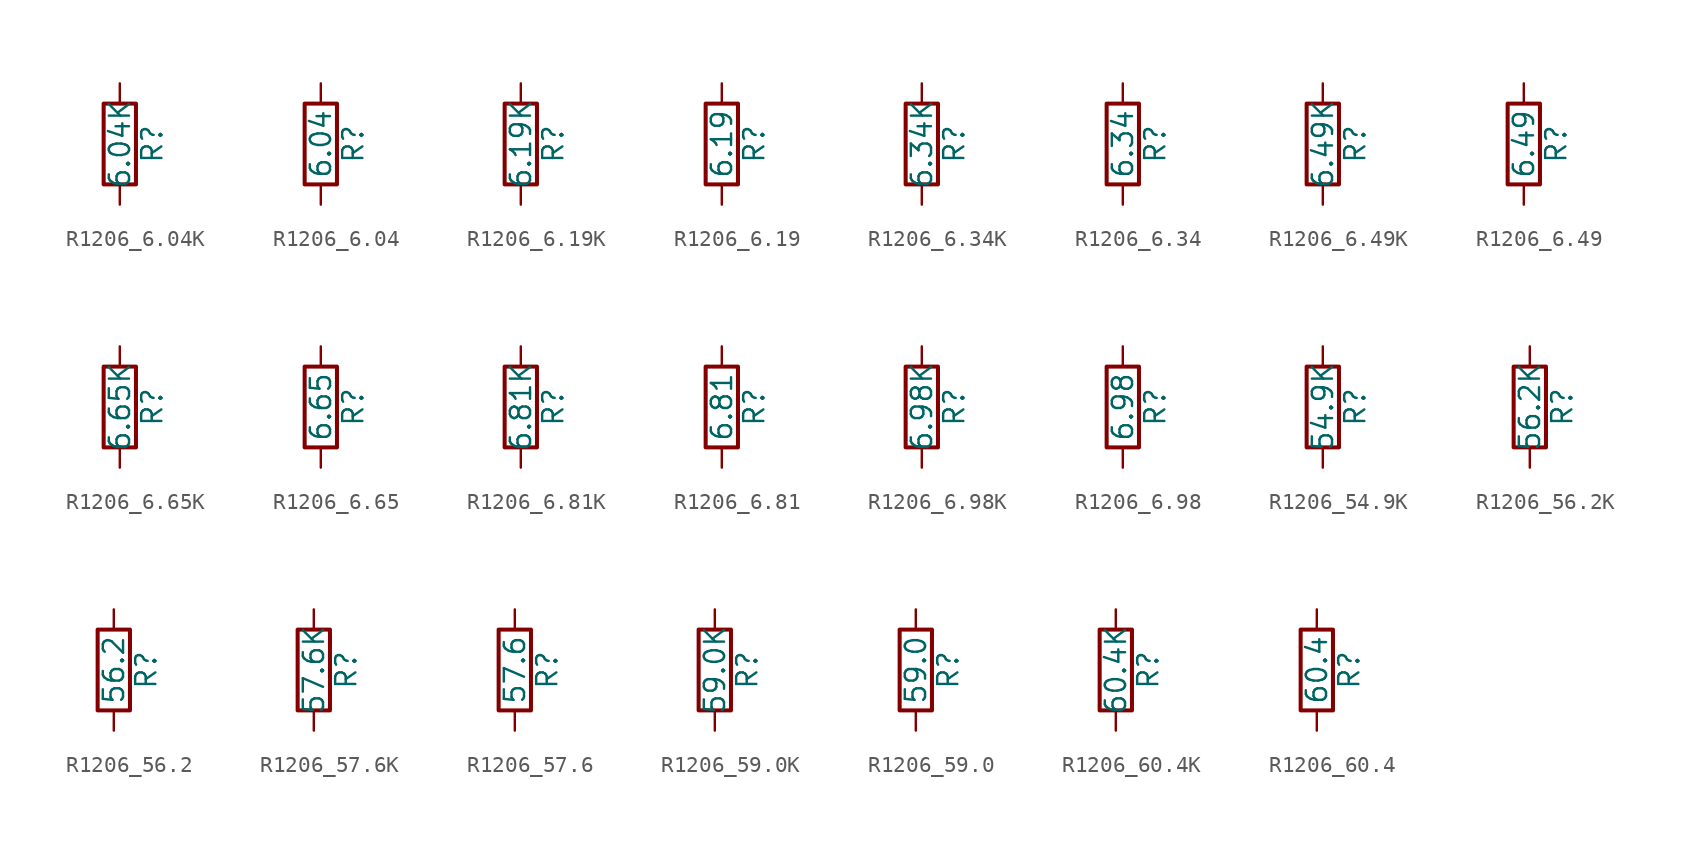
<source format=kicad_sym>
(kicad_symbol_lib
  (version 20211014)
  (generator atlantix-eda)
  (symbol "R1206_6.04K"
    (pin_numbers hide)
    (pin_names
      (offset 0))
    (property "Reference" "R"
      (at 2.032 0 90)
      (effects (font (size 1.27 1.27))))
    (property "Value" "6.04K"
      (at 0 0 90)
      (effects (font (size 1.27 1.27))))
    (symbol "R1206_6.04K_0_1"
      (rectangle (start -1.016 -2.54) (end 1.016 2.54) (stroke (width 0.254) (type default) (color 0 0 0 0)) (fill (type none))))
    (symbol "R1206_6.04K_1_1"
      (pin passive line (at 0 3.81 270) (length 1.27) (name "~" (effects (font (size 1.27 1.27)))) (number "1" (effects (font (size 1.27 1.27)))))
      (pin passive line (at 0 -3.81 90) (length 1.27) (name "~" (effects (font (size 1.27 1.27)))) (number "2" (effects (font (size 1.27 1.27)))))))
  (symbol "R1206_6.04"
    (pin_numbers hide)
    (pin_names
      (offset 0))
    (property "Reference" "R"
      (at 2.032 0 90)
      (effects (font (size 1.27 1.27))))
    (property "Value" "6.04"
      (at 0 0 90)
      (effects (font (size 1.27 1.27))))
    (symbol "R1206_6.04_0_1"
      (rectangle (start -1.016 -2.54) (end 1.016 2.54) (stroke (width 0.254) (type default) (color 0 0 0 0)) (fill (type none))))
    (symbol "R1206_6.04_1_1"
      (pin passive line (at 0 3.81 270) (length 1.27) (name "~" (effects (font (size 1.27 1.27)))) (number "1" (effects (font (size 1.27 1.27)))))
      (pin passive line (at 0 -3.81 90) (length 1.27) (name "~" (effects (font (size 1.27 1.27)))) (number "2" (effects (font (size 1.27 1.27)))))))
  (symbol "R1206_6.19K"
    (pin_numbers hide)
    (pin_names
      (offset 0))
    (property "Reference" "R"
      (at 2.032 0 90)
      (effects (font (size 1.27 1.27))))
    (property "Value" "6.19K"
      (at 0 0 90)
      (effects (font (size 1.27 1.27))))
    (symbol "R1206_6.19K_0_1"
      (rectangle (start -1.016 -2.54) (end 1.016 2.54) (stroke (width 0.254) (type default) (color 0 0 0 0)) (fill (type none))))
    (symbol "R1206_6.19K_1_1"
      (pin passive line (at 0 3.81 270) (length 1.27) (name "~" (effects (font (size 1.27 1.27)))) (number "1" (effects (font (size 1.27 1.27)))))
      (pin passive line (at 0 -3.81 90) (length 1.27) (name "~" (effects (font (size 1.27 1.27)))) (number "2" (effects (font (size 1.27 1.27)))))))
  (symbol "R1206_6.19"
    (pin_numbers hide)
    (pin_names
      (offset 0))
    (property "Reference" "R"
      (at 2.032 0 90)
      (effects (font (size 1.27 1.27))))
    (property "Value" "6.19"
      (at 0 0 90)
      (effects (font (size 1.27 1.27))))
    (symbol "R1206_6.19_0_1"
      (rectangle (start -1.016 -2.54) (end 1.016 2.54) (stroke (width 0.254) (type default) (color 0 0 0 0)) (fill (type none))))
    (symbol "R1206_6.19_1_1"
      (pin passive line (at 0 3.81 270) (length 1.27) (name "~" (effects (font (size 1.27 1.27)))) (number "1" (effects (font (size 1.27 1.27)))))
      (pin passive line (at 0 -3.81 90) (length 1.27) (name "~" (effects (font (size 1.27 1.27)))) (number "2" (effects (font (size 1.27 1.27)))))))
  (symbol "R1206_6.34K"
    (pin_numbers hide)
    (pin_names
      (offset 0))
    (property "Reference" "R"
      (at 2.032 0 90)
      (effects (font (size 1.27 1.27))))
    (property "Value" "6.34K"
      (at 0 0 90)
      (effects (font (size 1.27 1.27))))
    (symbol "R1206_6.34K_0_1"
      (rectangle (start -1.016 -2.54) (end 1.016 2.54) (stroke (width 0.254) (type default) (color 0 0 0 0)) (fill (type none))))
    (symbol "R1206_6.34K_1_1"
      (pin passive line (at 0 3.81 270) (length 1.27) (name "~" (effects (font (size 1.27 1.27)))) (number "1" (effects (font (size 1.27 1.27)))))
      (pin passive line (at 0 -3.81 90) (length 1.27) (name "~" (effects (font (size 1.27 1.27)))) (number "2" (effects (font (size 1.27 1.27)))))))
  (symbol "R1206_6.34"
    (pin_numbers hide)
    (pin_names
      (offset 0))
    (property "Reference" "R"
      (at 2.032 0 90)
      (effects (font (size 1.27 1.27))))
    (property "Value" "6.34"
      (at 0 0 90)
      (effects (font (size 1.27 1.27))))
    (symbol "R1206_6.34_0_1"
      (rectangle (start -1.016 -2.54) (end 1.016 2.54) (stroke (width 0.254) (type default) (color 0 0 0 0)) (fill (type none))))
    (symbol "R1206_6.34_1_1"
      (pin passive line (at 0 3.81 270) (length 1.27) (name "~" (effects (font (size 1.27 1.27)))) (number "1" (effects (font (size 1.27 1.27)))))
      (pin passive line (at 0 -3.81 90) (length 1.27) (name "~" (effects (font (size 1.27 1.27)))) (number "2" (effects (font (size 1.27 1.27)))))))
  (symbol "R1206_6.49K"
    (pin_numbers hide)
    (pin_names
      (offset 0))
    (property "Reference" "R"
      (at 2.032 0 90)
      (effects (font (size 1.27 1.27))))
    (property "Value" "6.49K"
      (at 0 0 90)
      (effects (font (size 1.27 1.27))))
    (symbol "R1206_6.49K_0_1"
      (rectangle (start -1.016 -2.54) (end 1.016 2.54) (stroke (width 0.254) (type default) (color 0 0 0 0)) (fill (type none))))
    (symbol "R1206_6.49K_1_1"
      (pin passive line (at 0 3.81 270) (length 1.27) (name "~" (effects (font (size 1.27 1.27)))) (number "1" (effects (font (size 1.27 1.27)))))
      (pin passive line (at 0 -3.81 90) (length 1.27) (name "~" (effects (font (size 1.27 1.27)))) (number "2" (effects (font (size 1.27 1.27)))))))
  (symbol "R1206_6.49"
    (pin_numbers hide)
    (pin_names
      (offset 0))
    (property "Reference" "R"
      (at 2.032 0 90)
      (effects (font (size 1.27 1.27))))
    (property "Value" "6.49"
      (at 0 0 90)
      (effects (font (size 1.27 1.27))))
    (symbol "R1206_6.49_0_1"
      (rectangle (start -1.016 -2.54) (end 1.016 2.54) (stroke (width 0.254) (type default) (color 0 0 0 0)) (fill (type none))))
    (symbol "R1206_6.49_1_1"
      (pin passive line (at 0 3.81 270) (length 1.27) (name "~" (effects (font (size 1.27 1.27)))) (number "1" (effects (font (size 1.27 1.27)))))
      (pin passive line (at 0 -3.81 90) (length 1.27) (name "~" (effects (font (size 1.27 1.27)))) (number "2" (effects (font (size 1.27 1.27)))))))
  (symbol "R1206_6.65K"
    (pin_numbers hide)
    (pin_names
      (offset 0))
    (property "Reference" "R"
      (at 2.032 0 90)
      (effects (font (size 1.27 1.27))))
    (property "Value" "6.65K"
      (at 0 0 90)
      (effects (font (size 1.27 1.27))))
    (symbol "R1206_6.65K_0_1"
      (rectangle (start -1.016 -2.54) (end 1.016 2.54) (stroke (width 0.254) (type default) (color 0 0 0 0)) (fill (type none))))
    (symbol "R1206_6.65K_1_1"
      (pin passive line (at 0 3.81 270) (length 1.27) (name "~" (effects (font (size 1.27 1.27)))) (number "1" (effects (font (size 1.27 1.27)))))
      (pin passive line (at 0 -3.81 90) (length 1.27) (name "~" (effects (font (size 1.27 1.27)))) (number "2" (effects (font (size 1.27 1.27)))))))
  (symbol "R1206_6.65"
    (pin_numbers hide)
    (pin_names
      (offset 0))
    (property "Reference" "R"
      (at 2.032 0 90)
      (effects (font (size 1.27 1.27))))
    (property "Value" "6.65"
      (at 0 0 90)
      (effects (font (size 1.27 1.27))))
    (symbol "R1206_6.65_0_1"
      (rectangle (start -1.016 -2.54) (end 1.016 2.54) (stroke (width 0.254) (type default) (color 0 0 0 0)) (fill (type none))))
    (symbol "R1206_6.65_1_1"
      (pin passive line (at 0 3.81 270) (length 1.27) (name "~" (effects (font (size 1.27 1.27)))) (number "1" (effects (font (size 1.27 1.27)))))
      (pin passive line (at 0 -3.81 90) (length 1.27) (name "~" (effects (font (size 1.27 1.27)))) (number "2" (effects (font (size 1.27 1.27)))))))
  (symbol "R1206_6.81K"
    (pin_numbers hide)
    (pin_names
      (offset 0))
    (property "Reference" "R"
      (at 2.032 0 90)
      (effects (font (size 1.27 1.27))))
    (property "Value" "6.81K"
      (at 0 0 90)
      (effects (font (size 1.27 1.27))))
    (symbol "R1206_6.81K_0_1"
      (rectangle (start -1.016 -2.54) (end 1.016 2.54) (stroke (width 0.254) (type default) (color 0 0 0 0)) (fill (type none))))
    (symbol "R1206_6.81K_1_1"
      (pin passive line (at 0 3.81 270) (length 1.27) (name "~" (effects (font (size 1.27 1.27)))) (number "1" (effects (font (size 1.27 1.27)))))
      (pin passive line (at 0 -3.81 90) (length 1.27) (name "~" (effects (font (size 1.27 1.27)))) (number "2" (effects (font (size 1.27 1.27)))))))
  (symbol "R1206_6.81"
    (pin_numbers hide)
    (pin_names
      (offset 0))
    (property "Reference" "R"
      (at 2.032 0 90)
      (effects (font (size 1.27 1.27))))
    (property "Value" "6.81"
      (at 0 0 90)
      (effects (font (size 1.27 1.27))))
    (symbol "R1206_6.81_0_1"
      (rectangle (start -1.016 -2.54) (end 1.016 2.54) (stroke (width 0.254) (type default) (color 0 0 0 0)) (fill (type none))))
    (symbol "R1206_6.81_1_1"
      (pin passive line (at 0 3.81 270) (length 1.27) (name "~" (effects (font (size 1.27 1.27)))) (number "1" (effects (font (size 1.27 1.27)))))
      (pin passive line (at 0 -3.81 90) (length 1.27) (name "~" (effects (font (size 1.27 1.27)))) (number "2" (effects (font (size 1.27 1.27)))))))
  (symbol "R1206_6.98K"
    (pin_numbers hide)
    (pin_names
      (offset 0))
    (property "Reference" "R"
      (at 2.032 0 90)
      (effects (font (size 1.27 1.27))))
    (property "Value" "6.98K"
      (at 0 0 90)
      (effects (font (size 1.27 1.27))))
    (symbol "R1206_6.98K_0_1"
      (rectangle (start -1.016 -2.54) (end 1.016 2.54) (stroke (width 0.254) (type default) (color 0 0 0 0)) (fill (type none))))
    (symbol "R1206_6.98K_1_1"
      (pin passive line (at 0 3.81 270) (length 1.27) (name "~" (effects (font (size 1.27 1.27)))) (number "1" (effects (font (size 1.27 1.27)))))
      (pin passive line (at 0 -3.81 90) (length 1.27) (name "~" (effects (font (size 1.27 1.27)))) (number "2" (effects (font (size 1.27 1.27)))))))
  (symbol "R1206_6.98"
    (pin_numbers hide)
    (pin_names
      (offset 0))
    (property "Reference" "R"
      (at 2.032 0 90)
      (effects (font (size 1.27 1.27))))
    (property "Value" "6.98"
      (at 0 0 90)
      (effects (font (size 1.27 1.27))))
    (symbol "R1206_6.98_0_1"
      (rectangle (start -1.016 -2.54) (end 1.016 2.54) (stroke (width 0.254) (type default) (color 0 0 0 0)) (fill (type none))))
    (symbol "R1206_6.98_1_1"
      (pin passive line (at 0 3.81 270) (length 1.27) (name "~" (effects (font (size 1.27 1.27)))) (number "1" (effects (font (size 1.27 1.27)))))
      (pin passive line (at 0 -3.81 90) (length 1.27) (name "~" (effects (font (size 1.27 1.27)))) (number "2" (effects (font (size 1.27 1.27)))))))
  (symbol "R1206_54.9K"
    (pin_numbers hide)
    (pin_names
      (offset 0))
    (property "Reference" "R"
      (at 2.032 0 90)
      (effects (font (size 1.27 1.27))))
    (property "Value" "54.9K"
      (at 0 0 90)
      (effects (font (size 1.27 1.27))))
    (symbol "R1206_54.9K_0_1"
      (rectangle (start -1.016 -2.54) (end 1.016 2.54) (stroke (width 0.254) (type default) (color 0 0 0 0)) (fill (type none))))
    (symbol "R1206_54.9K_1_1"
      (pin passive line (at 0 3.81 270) (length 1.27) (name "~" (effects (font (size 1.27 1.27)))) (number "1" (effects (font (size 1.27 1.27)))))
      (pin passive line (at 0 -3.81 90) (length 1.27) (name "~" (effects (font (size 1.27 1.27)))) (number "2" (effects (font (size 1.27 1.27)))))))
  (symbol "R1206_56.2K"
    (pin_numbers hide)
    (pin_names
      (offset 0))
    (property "Reference" "R"
      (at 2.032 0 90)
      (effects (font (size 1.27 1.27))))
    (property "Value" "56.2K"
      (at 0 0 90)
      (effects (font (size 1.27 1.27))))
    (symbol "R1206_56.2K_0_1"
      (rectangle (start -1.016 -2.54) (end 1.016 2.54) (stroke (width 0.254) (type default) (color 0 0 0 0)) (fill (type none))))
    (symbol "R1206_56.2K_1_1"
      (pin passive line (at 0 3.81 270) (length 1.27) (name "~" (effects (font (size 1.27 1.27)))) (number "1" (effects (font (size 1.27 1.27)))))
      (pin passive line (at 0 -3.81 90) (length 1.27) (name "~" (effects (font (size 1.27 1.27)))) (number "2" (effects (font (size 1.27 1.27)))))))
  (symbol "R1206_56.2"
    (pin_numbers hide)
    (pin_names
      (offset 0))
    (property "Reference" "R"
      (at 2.032 0 90)
      (effects (font (size 1.27 1.27))))
    (property "Value" "56.2"
      (at 0 0 90)
      (effects (font (size 1.27 1.27))))
    (symbol "R1206_56.2_0_1"
      (rectangle (start -1.016 -2.54) (end 1.016 2.54) (stroke (width 0.254) (type default) (color 0 0 0 0)) (fill (type none))))
    (symbol "R1206_56.2_1_1"
      (pin passive line (at 0 3.81 270) (length 1.27) (name "~" (effects (font (size 1.27 1.27)))) (number "1" (effects (font (size 1.27 1.27)))))
      (pin passive line (at 0 -3.81 90) (length 1.27) (name "~" (effects (font (size 1.27 1.27)))) (number "2" (effects (font (size 1.27 1.27)))))))
  (symbol "R1206_57.6K"
    (pin_numbers hide)
    (pin_names
      (offset 0))
    (property "Reference" "R"
      (at 2.032 0 90)
      (effects (font (size 1.27 1.27))))
    (property "Value" "57.6K"
      (at 0 0 90)
      (effects (font (size 1.27 1.27))))
    (symbol "R1206_57.6K_0_1"
      (rectangle (start -1.016 -2.54) (end 1.016 2.54) (stroke (width 0.254) (type default) (color 0 0 0 0)) (fill (type none))))
    (symbol "R1206_57.6K_1_1"
      (pin passive line (at 0 3.81 270) (length 1.27) (name "~" (effects (font (size 1.27 1.27)))) (number "1" (effects (font (size 1.27 1.27)))))
      (pin passive line (at 0 -3.81 90) (length 1.27) (name "~" (effects (font (size 1.27 1.27)))) (number "2" (effects (font (size 1.27 1.27)))))))
  (symbol "R1206_57.6"
    (pin_numbers hide)
    (pin_names
      (offset 0))
    (property "Reference" "R"
      (at 2.032 0 90)
      (effects (font (size 1.27 1.27))))
    (property "Value" "57.6"
      (at 0 0 90)
      (effects (font (size 1.27 1.27))))
    (symbol "R1206_57.6_0_1"
      (rectangle (start -1.016 -2.54) (end 1.016 2.54) (stroke (width 0.254) (type default) (color 0 0 0 0)) (fill (type none))))
    (symbol "R1206_57.6_1_1"
      (pin passive line (at 0 3.81 270) (length 1.27) (name "~" (effects (font (size 1.27 1.27)))) (number "1" (effects (font (size 1.27 1.27)))))
      (pin passive line (at 0 -3.81 90) (length 1.27) (name "~" (effects (font (size 1.27 1.27)))) (number "2" (effects (font (size 1.27 1.27)))))))
  (symbol "R1206_59.0K"
    (pin_numbers hide)
    (pin_names
      (offset 0))
    (property "Reference" "R"
      (at 2.032 0 90)
      (effects (font (size 1.27 1.27))))
    (property "Value" "59.0K"
      (at 0 0 90)
      (effects (font (size 1.27 1.27))))
    (symbol "R1206_59.0K_0_1"
      (rectangle (start -1.016 -2.54) (end 1.016 2.54) (stroke (width 0.254) (type default) (color 0 0 0 0)) (fill (type none))))
    (symbol "R1206_59.0K_1_1"
      (pin passive line (at 0 3.81 270) (length 1.27) (name "~" (effects (font (size 1.27 1.27)))) (number "1" (effects (font (size 1.27 1.27)))))
      (pin passive line (at 0 -3.81 90) (length 1.27) (name "~" (effects (font (size 1.27 1.27)))) (number "2" (effects (font (size 1.27 1.27)))))))
  (symbol "R1206_59.0"
    (pin_numbers hide)
    (pin_names
      (offset 0))
    (property "Reference" "R"
      (at 2.032 0 90)
      (effects (font (size 1.27 1.27))))
    (property "Value" "59.0"
      (at 0 0 90)
      (effects (font (size 1.27 1.27))))
    (symbol "R1206_59.0_0_1"
      (rectangle (start -1.016 -2.54) (end 1.016 2.54) (stroke (width 0.254) (type default) (color 0 0 0 0)) (fill (type none))))
    (symbol "R1206_59.0_1_1"
      (pin passive line (at 0 3.81 270) (length 1.27) (name "~" (effects (font (size 1.27 1.27)))) (number "1" (effects (font (size 1.27 1.27)))))
      (pin passive line (at 0 -3.81 90) (length 1.27) (name "~" (effects (font (size 1.27 1.27)))) (number "2" (effects (font (size 1.27 1.27)))))))
  (symbol "R1206_60.4K"
    (pin_numbers hide)
    (pin_names
      (offset 0))
    (property "Reference" "R"
      (at 2.032 0 90)
      (effects (font (size 1.27 1.27))))
    (property "Value" "60.4K"
      (at 0 0 90)
      (effects (font (size 1.27 1.27))))
    (symbol "R1206_60.4K_0_1"
      (rectangle (start -1.016 -2.54) (end 1.016 2.54) (stroke (width 0.254) (type default) (color 0 0 0 0)) (fill (type none))))
    (symbol "R1206_60.4K_1_1"
      (pin passive line (at 0 3.81 270) (length 1.27) (name "~" (effects (font (size 1.27 1.27)))) (number "1" (effects (font (size 1.27 1.27)))))
      (pin passive line (at 0 -3.81 90) (length 1.27) (name "~" (effects (font (size 1.27 1.27)))) (number "2" (effects (font (size 1.27 1.27)))))))
  (symbol "R1206_60.4"
    (pin_numbers hide)
    (pin_names
      (offset 0))
    (property "Reference" "R"
      (at 2.032 0 90)
      (effects (font (size 1.27 1.27))))
    (property "Value" "60.4"
      (at 0 0 90)
      (effects (font (size 1.27 1.27))))
    (symbol "R1206_60.4_0_1"
      (rectangle (start -1.016 -2.54) (end 1.016 2.54) (stroke (width 0.254) (type default) (color 0 0 0 0)) (fill (type none))))
    (symbol "R1206_60.4_1_1"
      (pin passive line (at 0 3.81 270) (length 1.27) (name "~" (effects (font (size 1.27 1.27)))) (number "1" (effects (font (size 1.27 1.27)))))
      (pin passive line (at 0 -3.81 90) (length 1.27) (name "~" (effects (font (size 1.27 1.27)))) (number "2" (effects (font (size 1.27 1.27))))))))
</source>
